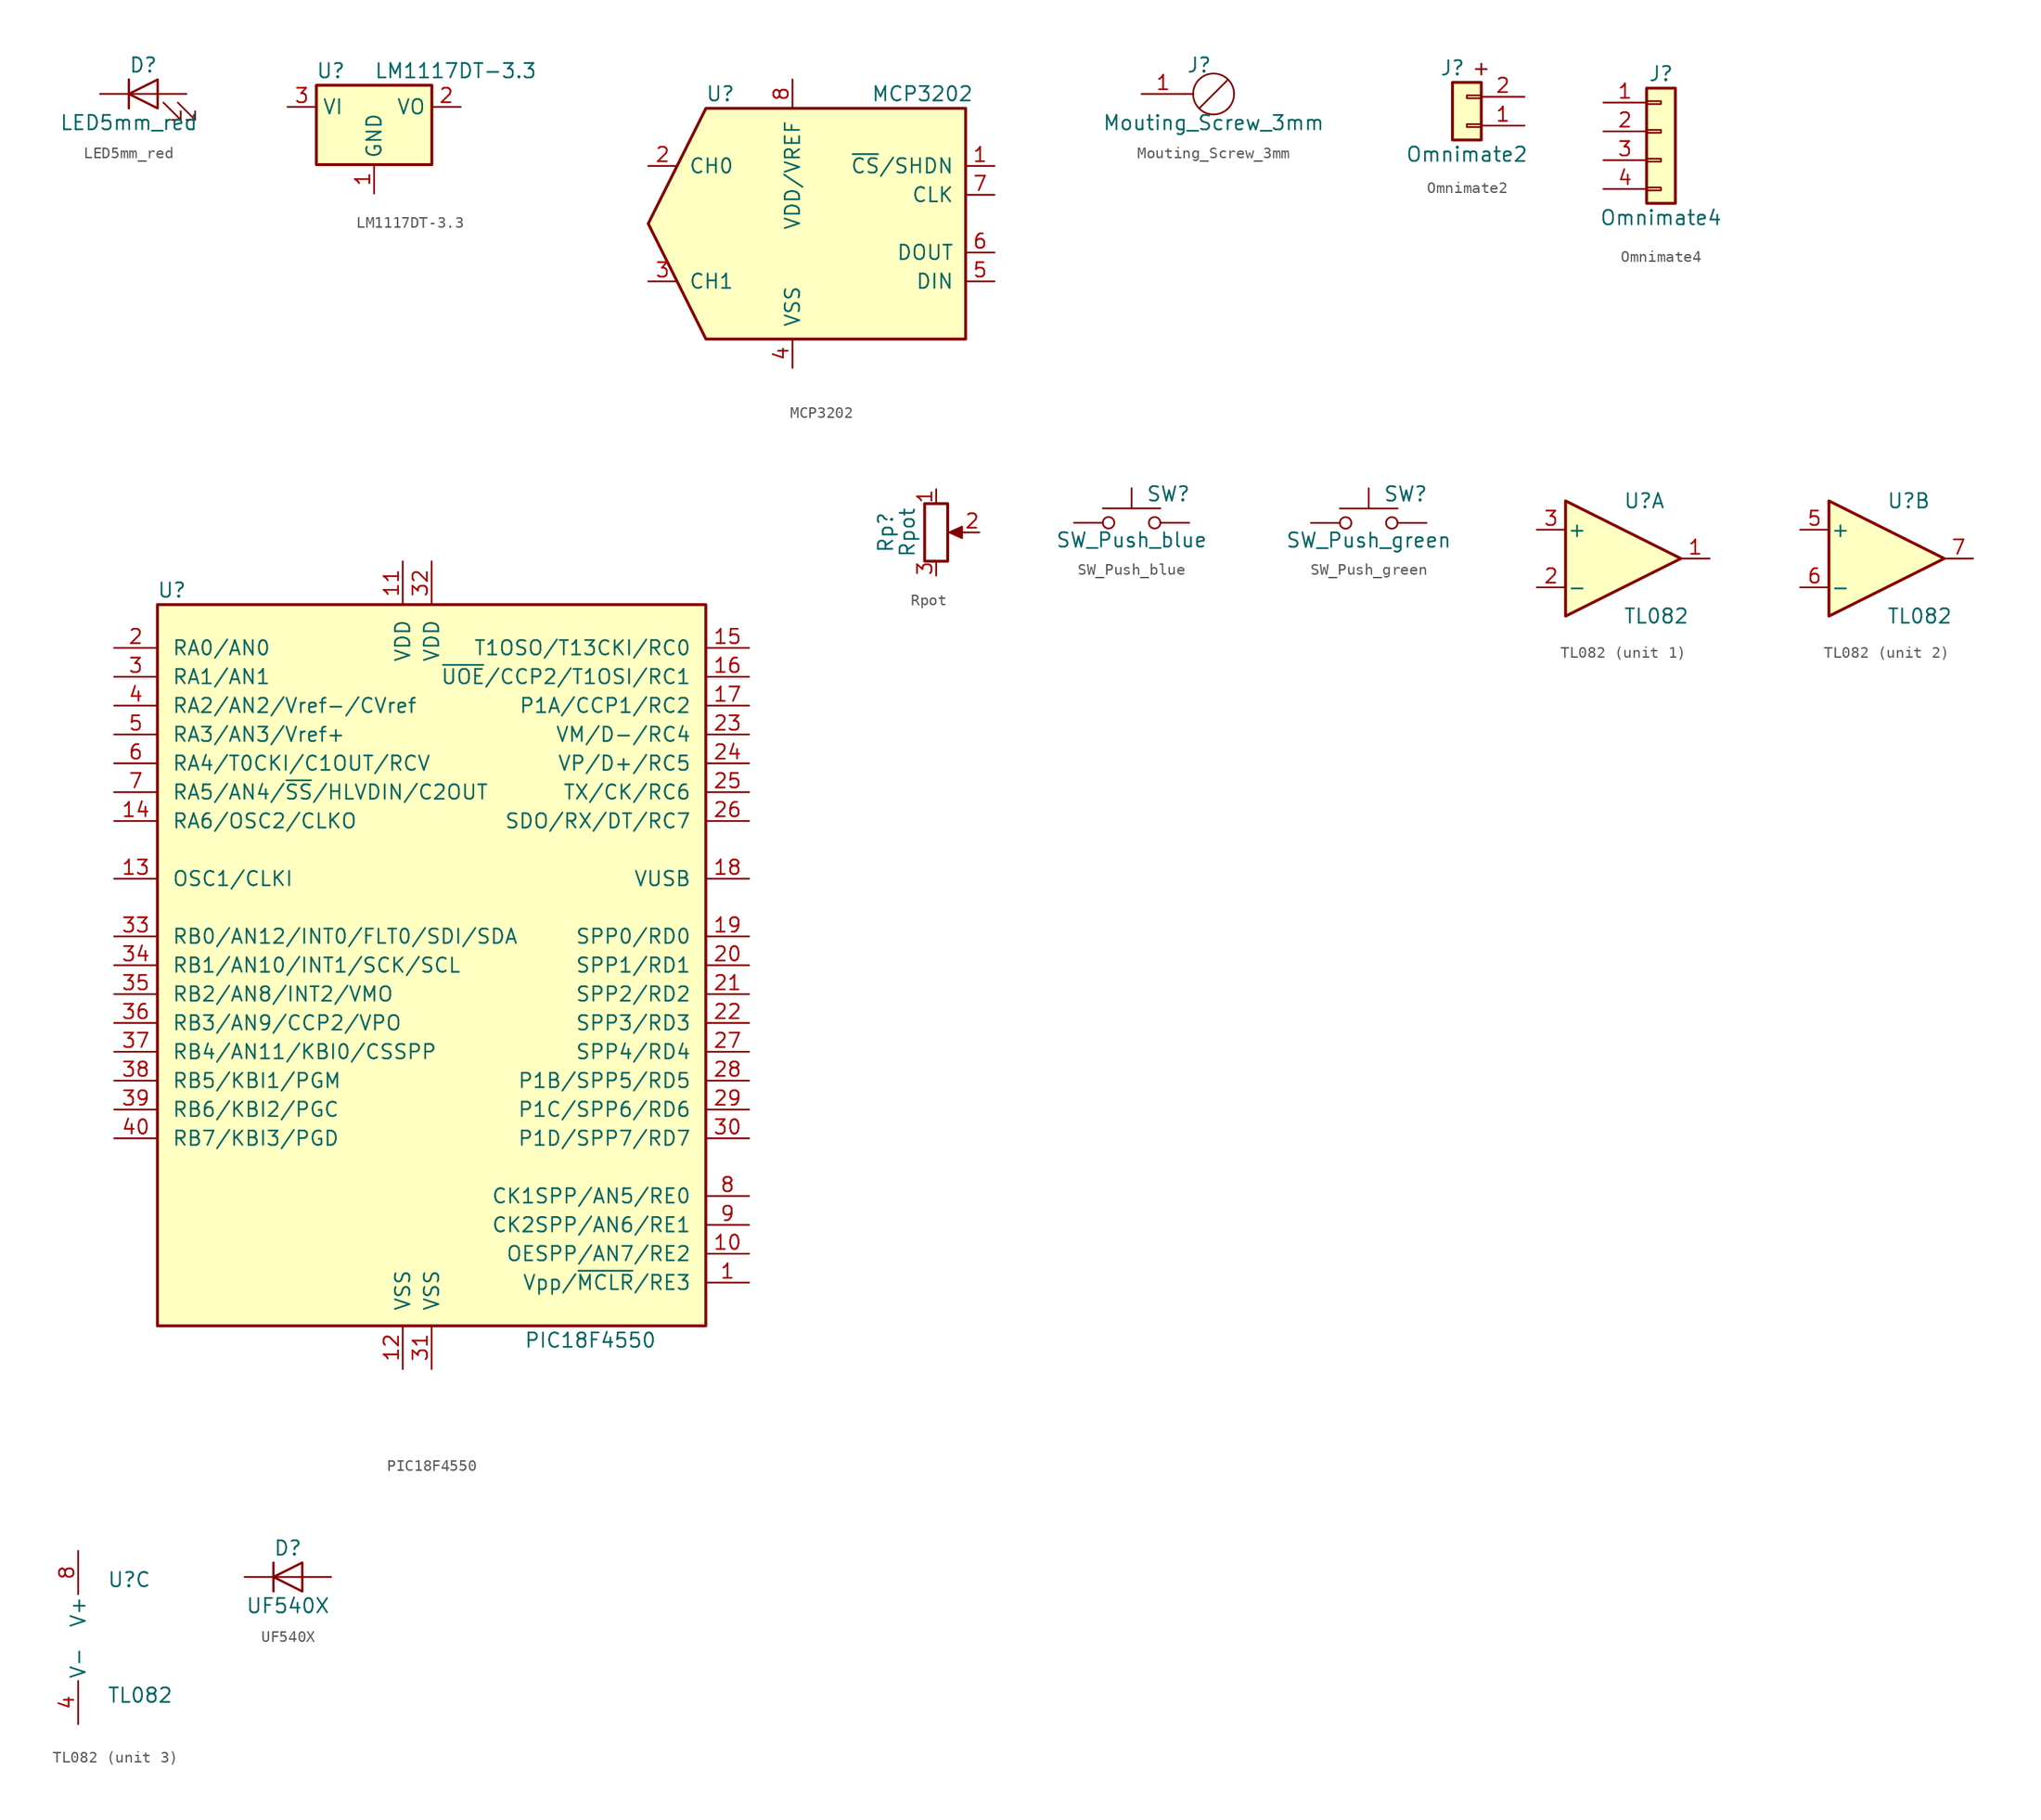
<source format=kicad_sym>
(kicad_symbol_lib
  (version 20231120)
  (generator "kicad_symbol_editor")
  (generator_version "8.0")
  (symbol "LED5mm_red"
    (pin_numbers hide)
    (pin_names
      (offset 1.016) hide)
    (property "Reference" "D"
      (at 0 2.54 0)
      (effects (font (size 1.27 1.27))))
    (property "Value" "LED5mm_red"
      (at -1.27 -2.54 0)
      (effects (font (size 1.27 1.27))))
    (symbol "LED5mm_red_0_1"
      (polyline (pts (xy -1.27 -1.27) (xy -1.27 1.27)) (stroke (width 0.203) (type default)) (fill (type none)))
      (polyline (pts (xy -1.27 0) (xy 1.27 0)) (stroke (width 0) (type default)) (fill (type none)))
      (polyline (pts (xy 1.27 -1.27) (xy 1.27 1.27) (xy -1.27 0) (xy 1.27 -1.27)) (stroke (width 0.203) (type default)) (fill (type none)))
      (polyline (pts (xy 1.778 -0.762) (xy 3.302 -2.286) (xy 2.54 -2.286) (xy 3.302 -2.286) (xy 3.302 -1.524)) (stroke (width 0) (type default)) (fill (type none)))
      (polyline (pts (xy 3.048 -0.762) (xy 4.572 -2.286) (xy 3.81 -2.286) (xy 4.572 -2.286) (xy 4.572 -1.524)) (stroke (width 0) (type default)) (fill (type none))))
    (symbol "LED5mm_red_1_1"
      (pin passive line (at -3.81 0 0) (length 2.54) (name "K" (effects (font (size 1.27 1.27)))) (number "1" (effects (font (size 1.27 1.27)))))
      (pin passive line (at 3.81 0 180) (length 2.54) (name "A" (effects (font (size 1.27 1.27)))) (number "2" (effects (font (size 1.27 1.27)))))))
  (symbol "LM1117DT-3.3"
    (property "Reference" "U"
      (at -3.81 3.175 0)
      (effects (font (size 1.27 1.27))))
    (property "Value" "LM1117DT-3.3"
      (at 0 3.175 0)
      (effects (font (size 1.27 1.27)) (justify left)))
    (symbol "LM1117DT-3.3_0_1"
      (rectangle (start -5.08 -5.08) (end 5.08 1.905) (stroke (width 0.254) (type default)) (fill (type background))))
    (symbol "LM1117DT-3.3_1_1"
      (pin power_in line (at 0 -7.62 90) (length 2.54) (name "GND" (effects (font (size 1.27 1.27)))) (number "1" (effects (font (size 1.27 1.27)))))
      (pin power_out line (at 7.62 0 180) (length 2.54) (name "VO" (effects (font (size 1.27 1.27)))) (number "2" (effects (font (size 1.27 1.27)))))
      (pin power_in line (at -7.62 0 0) (length 2.54) (name "VI" (effects (font (size 1.27 1.27)))) (number "3" (effects (font (size 1.27 1.27)))))))
  (symbol "MCP3202"
    (pin_names
      (offset 1.016))
    (property "Reference" "U"
      (at -6.35 11.43 0)
      (effects (font (size 1.27 1.27))))
    (property "Value" "MCP3202"
      (at 11.43 11.43 0)
      (effects (font (size 1.27 1.27))))
    (symbol "MCP3202_0_1"
      (polyline (pts (xy 15.24 10.16) (xy -7.62 10.16) (xy -12.7 0) (xy -7.62 -10.16) (xy 15.24 -10.16) (xy 15.24 10.16)) (stroke (width 0.254) (type default)) (fill (type background))))
    (symbol "MCP3202_1_1"
      (pin input line (at 17.78 5.08 180) (length 2.54) (name "~{CS}/SHDN" (effects (font (size 1.27 1.27)))) (number "1" (effects (font (size 1.27 1.27)))))
      (pin passive line (at -12.7 5.08 0) (length 2.54) (name "CH0" (effects (font (size 1.27 1.27)))) (number "2" (effects (font (size 1.27 1.27)))))
      (pin passive line (at -12.7 -5.08 0) (length 2.54) (name "CH1" (effects (font (size 1.27 1.27)))) (number "3" (effects (font (size 1.27 1.27)))))
      (pin power_in line (at 0 -12.7 90) (length 2.54) (name "VSS" (effects (font (size 1.27 1.27)))) (number "4" (effects (font (size 1.27 1.27)))))
      (pin input line (at 17.78 -5.08 180) (length 2.54) (name "DIN" (effects (font (size 1.27 1.27)))) (number "5" (effects (font (size 1.27 1.27)))))
      (pin output line (at 17.78 -2.54 180) (length 2.54) (name "DOUT" (effects (font (size 1.27 1.27)))) (number "6" (effects (font (size 1.27 1.27)))))
      (pin input line (at 17.78 2.54 180) (length 2.54) (name "CLK" (effects (font (size 1.27 1.27)))) (number "7" (effects (font (size 1.27 1.27)))))
      (pin power_in line (at 0 12.7 270) (length 2.54) (name "VDD/VREF" (effects (font (size 1.27 1.27)))) (number "8" (effects (font (size 1.27 1.27)))))))
  (symbol "Mouting_Screw_3mm"
    (pin_names
      (offset 1.016) hide)
    (property "Reference" "J"
      (at 0 2.54 0)
      (effects (font (size 1.27 1.27))))
    (property "Value" "Mouting_Screw_3mm"
      (at 1.27 -2.54 0)
      (effects (font (size 1.27 1.27))))
    (symbol "Mouting_Screw_3mm_0_1"
      (polyline (pts (xy 0 -1.27) (xy 2.54 1.27)) (stroke (width 0) (type default)) (fill (type none)))
      (circle (center 1.27 0) (radius 1.803) (stroke (width 0) (type default)) (fill (type none))))
    (symbol "Mouting_Screw_3mm_1_1"
      (polyline (pts (xy -1.27 0) (xy -0.508 0)) (stroke (width 0.152) (type default)) (fill (type none)))
      (pin passive line (at -5.08 0 0) (length 3.81) (name "Pin_1" (effects (font (size 1.27 1.27)))) (number "1" (effects (font (size 1.27 1.27)))))))
  (symbol "Omnimate2"
    (pin_names
      (offset 1.016) hide)
    (property "Reference" "J"
      (at -1.27 2.54 0)
      (effects (font (size 1.27 1.27))))
    (property "Value" "Omnimate2"
      (at 0 -5.08 0)
      (effects (font (size 1.27 1.27))))
    (symbol "Omnimate2_0_0"
      (text "+" (at 1.27 2.54 0) (effects (font (size 1.27 1.27)))))
    (symbol "Omnimate2_1_1"
      (rectangle (start -1.27 1.27) (end 1.27 -3.81) (stroke (width 0.254) (type default)) (fill (type background)))
      (rectangle (start 0 -2.413) (end 1.27 -2.667) (stroke (width 0.152) (type default)) (fill (type none)))
      (rectangle (start 0 0.127) (end 1.27 -0.127) (stroke (width 0.152) (type default)) (fill (type none)))
      (pin passive line (at 5.08 -2.54 180) (length 3.81) (name "Pin_1" (effects (font (size 1.27 1.27)))) (number "1" (effects (font (size 1.27 1.27)))))
      (pin passive line (at 5.08 0 180) (length 3.81) (name "Pin_2" (effects (font (size 1.27 1.27)))) (number "2" (effects (font (size 1.27 1.27)))))))
  (symbol "Omnimate4"
    (pin_names
      (offset 1.016) hide)
    (property "Reference" "J"
      (at 0 5.08 0)
      (effects (font (size 1.27 1.27))))
    (property "Value" "Omnimate4"
      (at 0 -7.62 0)
      (effects (font (size 1.27 1.27))))
    (symbol "Omnimate4_1_1"
      (rectangle (start -1.27 -4.953) (end 0 -5.207) (stroke (width 0.152) (type default)) (fill (type none)))
      (rectangle (start -1.27 -2.413) (end 0 -2.667) (stroke (width 0.152) (type default)) (fill (type none)))
      (rectangle (start -1.27 0.127) (end 0 -0.127) (stroke (width 0.152) (type default)) (fill (type none)))
      (rectangle (start -1.27 2.667) (end 0 2.413) (stroke (width 0.152) (type default)) (fill (type none)))
      (rectangle (start -1.27 3.81) (end 1.27 -6.35) (stroke (width 0.254) (type default)) (fill (type background)))
      (pin passive line (at -5.08 2.54 0) (length 3.81) (name "Pin_1" (effects (font (size 1.27 1.27)))) (number "1" (effects (font (size 1.27 1.27)))))
      (pin passive line (at -5.08 0 0) (length 3.81) (name "Pin_2" (effects (font (size 1.27 1.27)))) (number "2" (effects (font (size 1.27 1.27)))))
      (pin passive line (at -5.08 -2.54 0) (length 3.81) (name "Pin_3" (effects (font (size 1.27 1.27)))) (number "3" (effects (font (size 1.27 1.27)))))
      (pin passive line (at -5.08 -5.08 0) (length 3.81) (name "Pin_4" (effects (font (size 1.27 1.27)))) (number "4" (effects (font (size 1.27 1.27)))))))
  (symbol "PIC18F4550"
    (pin_names
      (offset 1.27))
    (property "Reference" "U"
      (at -22.86 33.02 0)
      (effects (font (size 1.27 1.27))))
    (property "Value" "PIC18F4550"
      (at 13.97 -33.02 0)
      (effects (font (size 1.27 1.27))))
    (symbol "PIC18F4550_0_1"
      (rectangle (start -24.13 31.75) (end 24.13 -31.75) (stroke (width 0.254) (type default)) (fill (type background))))
    (symbol "PIC18F4550_1_1"
      (pin input line (at 27.94 -27.94 180) (length 3.81) (name "Vpp/~{MCLR}/RE3" (effects (font (size 1.27 1.27)))) (number "1" (effects (font (size 1.27 1.27)))))
      (pin bidirectional line (at 27.94 -25.4 180) (length 3.81) (name "OESPP/AN7/RE2" (effects (font (size 1.27 1.27)))) (number "10" (effects (font (size 1.27 1.27)))))
      (pin power_in line (at -2.54 35.56 270) (length 3.81) (name "VDD" (effects (font (size 1.27 1.27)))) (number "11" (effects (font (size 1.27 1.27)))))
      (pin power_in line (at -2.54 -35.56 90) (length 3.81) (name "VSS" (effects (font (size 1.27 1.27)))) (number "12" (effects (font (size 1.27 1.27)))))
      (pin input line (at -27.94 7.62 0) (length 3.81) (name "OSC1/CLKI" (effects (font (size 1.27 1.27)))) (number "13" (effects (font (size 1.27 1.27)))))
      (pin output line (at -27.94 12.7 0) (length 3.81) (name "RA6/OSC2/CLKO" (effects (font (size 1.27 1.27)))) (number "14" (effects (font (size 1.27 1.27)))))
      (pin bidirectional line (at 27.94 27.94 180) (length 3.81) (name "T1OSO/T13CKI/RC0" (effects (font (size 1.27 1.27)))) (number "15" (effects (font (size 1.27 1.27)))))
      (pin bidirectional line (at 27.94 25.4 180) (length 3.81) (name "~{UOE}/CCP2/T1OSI/RC1" (effects (font (size 1.27 1.27)))) (number "16" (effects (font (size 1.27 1.27)))))
      (pin bidirectional line (at 27.94 22.86 180) (length 3.81) (name "P1A/CCP1/RC2" (effects (font (size 1.27 1.27)))) (number "17" (effects (font (size 1.27 1.27)))))
      (pin bidirectional line (at 27.94 7.62 180) (length 3.81) (name "VUSB" (effects (font (size 1.27 1.27)))) (number "18" (effects (font (size 1.27 1.27)))))
      (pin bidirectional line (at 27.94 2.54 180) (length 3.81) (name "SPP0/RD0" (effects (font (size 1.27 1.27)))) (number "19" (effects (font (size 1.27 1.27)))))
      (pin bidirectional line (at -27.94 27.94 0) (length 3.81) (name "RA0/AN0" (effects (font (size 1.27 1.27)))) (number "2" (effects (font (size 1.27 1.27)))))
      (pin bidirectional line (at 27.94 0 180) (length 3.81) (name "SPP1/RD1" (effects (font (size 1.27 1.27)))) (number "20" (effects (font (size 1.27 1.27)))))
      (pin bidirectional line (at 27.94 -2.54 180) (length 3.81) (name "SPP2/RD2" (effects (font (size 1.27 1.27)))) (number "21" (effects (font (size 1.27 1.27)))))
      (pin bidirectional line (at 27.94 -5.08 180) (length 3.81) (name "SPP3/RD3" (effects (font (size 1.27 1.27)))) (number "22" (effects (font (size 1.27 1.27)))))
      (pin bidirectional line (at 27.94 20.32 180) (length 3.81) (name "VM/D-/RC4" (effects (font (size 1.27 1.27)))) (number "23" (effects (font (size 1.27 1.27)))))
      (pin bidirectional line (at 27.94 17.78 180) (length 3.81) (name "VP/D+/RC5" (effects (font (size 1.27 1.27)))) (number "24" (effects (font (size 1.27 1.27)))))
      (pin bidirectional line (at 27.94 15.24 180) (length 3.81) (name "TX/CK/RC6" (effects (font (size 1.27 1.27)))) (number "25" (effects (font (size 1.27 1.27)))))
      (pin bidirectional line (at 27.94 12.7 180) (length 3.81) (name "SDO/RX/DT/RC7" (effects (font (size 1.27 1.27)))) (number "26" (effects (font (size 1.27 1.27)))))
      (pin bidirectional line (at 27.94 -7.62 180) (length 3.81) (name "SPP4/RD4" (effects (font (size 1.27 1.27)))) (number "27" (effects (font (size 1.27 1.27)))))
      (pin bidirectional line (at 27.94 -10.16 180) (length 3.81) (name "P1B/SPP5/RD5" (effects (font (size 1.27 1.27)))) (number "28" (effects (font (size 1.27 1.27)))))
      (pin bidirectional line (at 27.94 -12.7 180) (length 3.81) (name "P1C/SPP6/RD6" (effects (font (size 1.27 1.27)))) (number "29" (effects (font (size 1.27 1.27)))))
      (pin bidirectional line (at -27.94 25.4 0) (length 3.81) (name "RA1/AN1" (effects (font (size 1.27 1.27)))) (number "3" (effects (font (size 1.27 1.27)))))
      (pin bidirectional line (at 27.94 -15.24 180) (length 3.81) (name "P1D/SPP7/RD7" (effects (font (size 1.27 1.27)))) (number "30" (effects (font (size 1.27 1.27)))))
      (pin power_in line (at 0 -35.56 90) (length 3.81) (name "VSS" (effects (font (size 1.27 1.27)))) (number "31" (effects (font (size 1.27 1.27)))))
      (pin power_in line (at 0 35.56 270) (length 3.81) (name "VDD" (effects (font (size 1.27 1.27)))) (number "32" (effects (font (size 1.27 1.27)))))
      (pin bidirectional line (at -27.94 2.54 0) (length 3.81) (name "RB0/AN12/INT0/FLT0/SDI/SDA" (effects (font (size 1.27 1.27)))) (number "33" (effects (font (size 1.27 1.27)))))
      (pin bidirectional line (at -27.94 0 0) (length 3.81) (name "RB1/AN10/INT1/SCK/SCL" (effects (font (size 1.27 1.27)))) (number "34" (effects (font (size 1.27 1.27)))))
      (pin bidirectional line (at -27.94 -2.54 0) (length 3.81) (name "RB2/AN8/INT2/VMO" (effects (font (size 1.27 1.27)))) (number "35" (effects (font (size 1.27 1.27)))))
      (pin bidirectional line (at -27.94 -5.08 0) (length 3.81) (name "RB3/AN9/CCP2/VPO" (effects (font (size 1.27 1.27)))) (number "36" (effects (font (size 1.27 1.27)))))
      (pin bidirectional line (at -27.94 -7.62 0) (length 3.81) (name "RB4/AN11/KBI0/CSSPP" (effects (font (size 1.27 1.27)))) (number "37" (effects (font (size 1.27 1.27)))))
      (pin bidirectional line (at -27.94 -10.16 0) (length 3.81) (name "RB5/KBI1/PGM" (effects (font (size 1.27 1.27)))) (number "38" (effects (font (size 1.27 1.27)))))
      (pin bidirectional line (at -27.94 -12.7 0) (length 3.81) (name "RB6/KBI2/PGC" (effects (font (size 1.27 1.27)))) (number "39" (effects (font (size 1.27 1.27)))))
      (pin bidirectional line (at -27.94 22.86 0) (length 3.81) (name "RA2/AN2/Vref-/CVref" (effects (font (size 1.27 1.27)))) (number "4" (effects (font (size 1.27 1.27)))))
      (pin bidirectional line (at -27.94 -15.24 0) (length 3.81) (name "RB7/KBI3/PGD" (effects (font (size 1.27 1.27)))) (number "40" (effects (font (size 1.27 1.27)))))
      (pin bidirectional line (at -27.94 20.32 0) (length 3.81) (name "RA3/AN3/Vref+" (effects (font (size 1.27 1.27)))) (number "5" (effects (font (size 1.27 1.27)))))
      (pin bidirectional line (at -27.94 17.78 0) (length 3.81) (name "RA4/T0CKI/C1OUT/RCV" (effects (font (size 1.27 1.27)))) (number "6" (effects (font (size 1.27 1.27)))))
      (pin bidirectional line (at -27.94 15.24 0) (length 3.81) (name "RA5/AN4/~{SS}/HLVDIN/C2OUT" (effects (font (size 1.27 1.27)))) (number "7" (effects (font (size 1.27 1.27)))))
      (pin bidirectional line (at 27.94 -20.32 180) (length 3.81) (name "CK1SPP/AN5/RE0" (effects (font (size 1.27 1.27)))) (number "8" (effects (font (size 1.27 1.27)))))
      (pin bidirectional line (at 27.94 -22.86 180) (length 3.81) (name "CK2SPP/AN6/RE1" (effects (font (size 1.27 1.27)))) (number "9" (effects (font (size 1.27 1.27)))))))
  (symbol "Rpot"
    (pin_names
      (offset 1.016) hide)
    (property "Reference" "Rp"
      (at -4.445 0 90)
      (effects (font (size 1.27 1.27))))
    (property "Value" "Rpot"
      (at -2.54 0 90)
      (effects (font (size 1.27 1.27))))
    (symbol "Rpot_0_1"
      (polyline (pts (xy 2.54 0) (xy 1.524 0)) (stroke (width 0) (type default)) (fill (type none)))
      (polyline (pts (xy 1.143 0) (xy 2.286 0.508) (xy 2.286 -0.508) (xy 1.143 0)) (stroke (width 0) (type default)) (fill (type outline)))
      (rectangle (start 1.016 2.54) (end -1.016 -2.54) (stroke (width 0.254) (type default)) (fill (type none))))
    (symbol "Rpot_1_1"
      (pin passive line (at 0 3.81 270) (length 1.27) (name "1" (effects (font (size 1.27 1.27)))) (number "1" (effects (font (size 1.27 1.27)))))
      (pin passive line (at 3.81 0 180) (length 1.27) (name "2" (effects (font (size 1.27 1.27)))) (number "2" (effects (font (size 1.27 1.27)))))
      (pin passive line (at 0 -3.81 90) (length 1.27) (name "3" (effects (font (size 1.27 1.27)))) (number "3" (effects (font (size 1.27 1.27)))))))
  (symbol "SW_Push_blue"
    (pin_numbers hide)
    (pin_names
      (offset 1.016) hide)
    (property "Reference" "SW"
      (at 1.27 2.54 0)
      (effects (font (size 1.27 1.27)) (justify left)))
    (property "Value" "SW_Push_blue"
      (at 0 -1.524 0)
      (effects (font (size 1.27 1.27))))
    (symbol "SW_Push_blue_0_1"
      (circle (center -2.032 0) (radius 0.508) (stroke (width 0) (type default)) (fill (type none)))
      (polyline (pts (xy 0 1.27) (xy 0 3.048)) (stroke (width 0) (type default)) (fill (type none)))
      (polyline (pts (xy 2.54 1.27) (xy -2.54 1.27)) (stroke (width 0) (type default)) (fill (type none)))
      (circle (center 2.032 0) (radius 0.508) (stroke (width 0) (type default)) (fill (type none)))
      (pin passive line (at -5.08 0 0) (length 2.54) (name "1" (effects (font (size 1.27 1.27)))) (number "1" (effects (font (size 1.27 1.27)))))
      (pin passive line (at 5.08 0 180) (length 2.54) (name "2" (effects (font (size 1.27 1.27)))) (number "2" (effects (font (size 1.27 1.27)))))))
  (symbol "SW_Push_green"
    (pin_numbers hide)
    (pin_names
      (offset 1.016) hide)
    (property "Reference" "SW"
      (at 1.27 2.54 0)
      (effects (font (size 1.27 1.27)) (justify left)))
    (property "Value" "SW_Push_green"
      (at 0 -1.524 0)
      (effects (font (size 1.27 1.27))))
    (symbol "SW_Push_green_0_1"
      (circle (center -2.032 0) (radius 0.508) (stroke (width 0) (type default)) (fill (type none)))
      (polyline (pts (xy 0 1.27) (xy 0 3.048)) (stroke (width 0) (type default)) (fill (type none)))
      (polyline (pts (xy 2.54 1.27) (xy -2.54 1.27)) (stroke (width 0) (type default)) (fill (type none)))
      (circle (center 2.032 0) (radius 0.508) (stroke (width 0) (type default)) (fill (type none)))
      (pin passive line (at -5.08 0 0) (length 2.54) (name "1" (effects (font (size 1.27 1.27)))) (number "1" (effects (font (size 1.27 1.27)))))
      (pin passive line (at 5.08 0 180) (length 2.54) (name "2" (effects (font (size 1.27 1.27)))) (number "2" (effects (font (size 1.27 1.27)))))))
  (symbol "TL082"
    (pin_names
      (offset 0.127))
    (property "Reference" "U"
      (at 0 5.08 0)
      (effects (font (size 1.27 1.27)) (justify left)))
    (property "Value" "TL082"
      (at 0 -5.08 0)
      (effects (font (size 1.27 1.27)) (justify left)))
    (property "ki_locked" ""
      (at 0 0 0)
      (effects (font (size 1.27 1.27))))
    (symbol "TL082_1_1"
      (polyline (pts (xy -5.08 5.08) (xy 5.08 0) (xy -5.08 -5.08) (xy -5.08 5.08)) (stroke (width 0.254) (type default)) (fill (type background)))
      (pin output line (at 7.62 0 180) (length 2.54) (name "~" (effects (font (size 1.27 1.27)))) (number "1" (effects (font (size 1.27 1.27)))))
      (pin input line (at -7.62 -2.54 0) (length 2.54) (name "-" (effects (font (size 1.27 1.27)))) (number "2" (effects (font (size 1.27 1.27)))))
      (pin input line (at -7.62 2.54 0) (length 2.54) (name "+" (effects (font (size 1.27 1.27)))) (number "3" (effects (font (size 1.27 1.27))))))
    (symbol "TL082_2_1"
      (polyline (pts (xy -5.08 5.08) (xy 5.08 0) (xy -5.08 -5.08) (xy -5.08 5.08)) (stroke (width 0.254) (type default)) (fill (type background)))
      (pin input line (at -7.62 2.54 0) (length 2.54) (name "+" (effects (font (size 1.27 1.27)))) (number "5" (effects (font (size 1.27 1.27)))))
      (pin input line (at -7.62 -2.54 0) (length 2.54) (name "-" (effects (font (size 1.27 1.27)))) (number "6" (effects (font (size 1.27 1.27)))))
      (pin output line (at 7.62 0 180) (length 2.54) (name "~" (effects (font (size 1.27 1.27)))) (number "7" (effects (font (size 1.27 1.27))))))
    (symbol "TL082_3_1"
      (pin power_in line (at -2.54 -7.62 90) (length 3.81) (name "V-" (effects (font (size 1.27 1.27)))) (number "4" (effects (font (size 1.27 1.27)))))
      (pin power_in line (at -2.54 7.62 270) (length 3.81) (name "V+" (effects (font (size 1.27 1.27)))) (number "8" (effects (font (size 1.27 1.27)))))))
  (symbol "UF540X"
    (pin_numbers hide)
    (pin_names
      (offset 1.016) hide)
    (property "Reference" "D"
      (at 0 2.54 0)
      (effects (font (size 1.27 1.27))))
    (property "Value" "UF540X"
      (at 0 -2.54 0)
      (effects (font (size 1.27 1.27))))
    (symbol "UF540X_0_1"
      (polyline (pts (xy -1.27 1.27) (xy -1.27 -1.27)) (stroke (width 0.203) (type default)) (fill (type none)))
      (polyline (pts (xy 1.27 0) (xy -1.27 0)) (stroke (width 0) (type default)) (fill (type none)))
      (polyline (pts (xy 1.27 1.27) (xy 1.27 -1.27) (xy -1.27 0) (xy 1.27 1.27)) (stroke (width 0.203) (type default)) (fill (type none))))
    (symbol "UF540X_1_1"
      (pin passive line (at -3.81 0 0) (length 2.54) (name "K" (effects (font (size 1.27 1.27)))) (number "1" (effects (font (size 1.27 1.27)))))
      (pin passive line (at 3.81 0 180) (length 2.54) (name "A" (effects (font (size 1.27 1.27)))) (number "2" (effects (font (size 1.27 1.27))))))))
</source>
